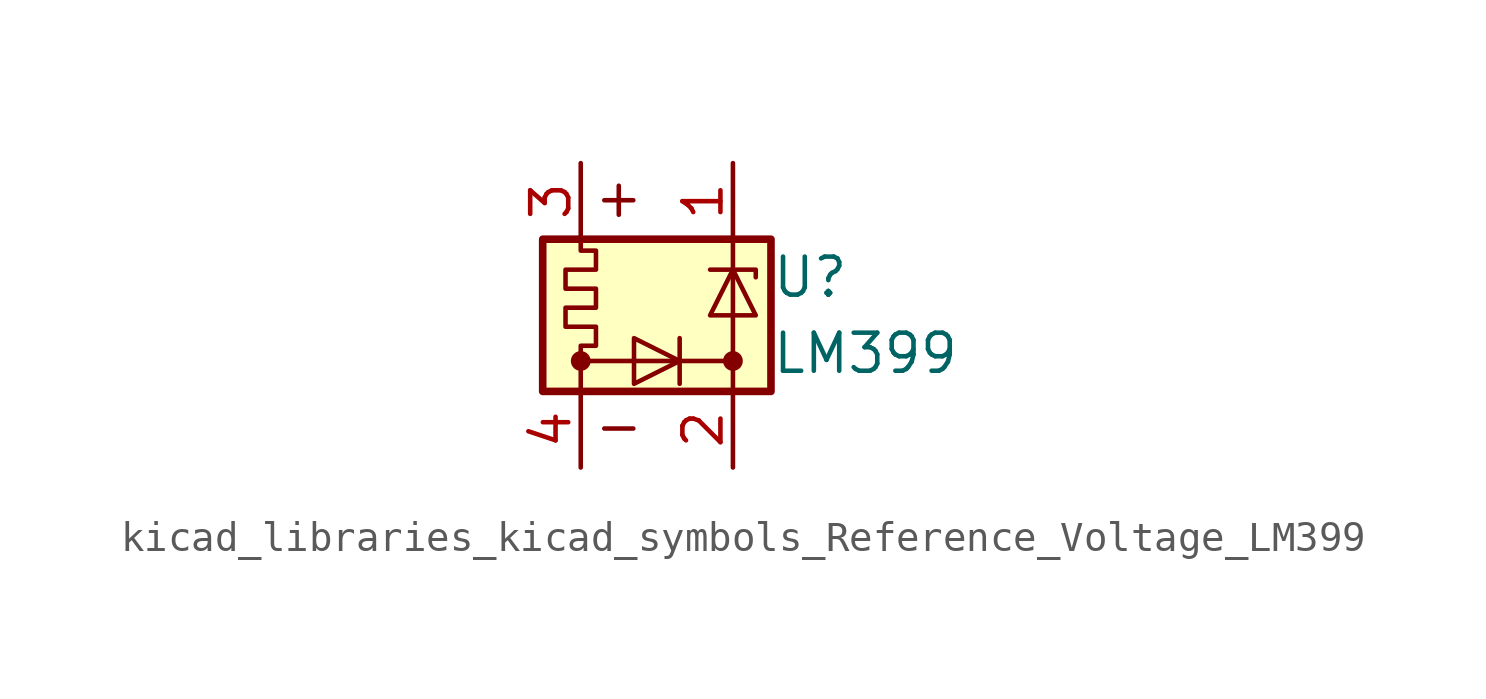
<source format=kicad_sym>
(kicad_symbol_lib
  (version 20220914)
  (generator kicad_symbol_editor)
  (symbol "kicad_libraries_kicad_symbols_Reference_Voltage_LM399"
    (pin_names
      (offset 1.016) hide)
    (property "Reference" "U"
      (at 3.81 1.27 0)
      (effects (font (size 1.27 1.27)) (justify left)))
    (property "Value" "LM399"
      (at 3.81 -1.27 0)
      (effects (font (size 1.27 1.27)) (justify left)))
    (symbol "kicad_libraries_kicad_symbols_Reference_Voltage_LM399_0_0"
      (text "+" (at -1.27 3.937 0) (effects (font (size 1.27 1.27)))))
    (symbol "kicad_libraries_kicad_symbols_Reference_Voltage_LM399_0_1"
      (rectangle (start -3.81 2.54) (end 3.81 -2.54) (stroke (width 0.254) (type default)) (fill (type background)))
      (circle (center -2.54 -1.524) (radius 0.254) (stroke (width 0) (type default)) (fill (type outline)))
      (polyline (pts (xy -2.54 -2.54) (xy -2.54 -1.016) (xy -2.032 -1.016) (xy -2.032 -0.381) (xy -3.048 -0.381) (xy -3.048 0.254) (xy -2.032 0.254) (xy -2.032 0.889) (xy -3.048 0.889) (xy -3.048 1.524) (xy -2.032 1.524) (xy -2.032 2.159) (xy -2.54 2.159) (xy -2.54 2.54)) (stroke (width 0) (type default)) (fill (type none)))
      (circle (center 2.54 -1.524) (radius 0.254) (stroke (width 0) (type default)) (fill (type outline))))
    (symbol "kicad_libraries_kicad_symbols_Reference_Voltage_LM399_1_1"
      (polyline (pts (xy 2.54 -1.524) (xy -2.54 -1.524)) (stroke (width 0) (type default)) (fill (type none)))
      (polyline (pts (xy 2.54 2.54) (xy 2.54 -2.54)) (stroke (width 0) (type default)) (fill (type none)))
      (polyline (pts (xy 0.762 -0.762) (xy 0.762 -1.524) (xy 0.762 -2.286)) (stroke (width 0) (type default)) (fill (type none)))
      (polyline (pts (xy 1.778 1.524) (xy 3.302 1.524) (xy 3.302 1.27)) (stroke (width 0) (type default)) (fill (type none)))
      (polyline (pts (xy -0.762 -0.762) (xy -0.762 -2.286) (xy 0.762 -1.524) (xy -0.762 -0.762)) (stroke (width 0) (type default)) (fill (type none)))
      (polyline (pts (xy 1.778 0) (xy 3.302 0) (xy 2.54 1.524) (xy 1.778 0)) (stroke (width 0) (type default)) (fill (type none)))
      (text "-" (at -1.27 -3.683 0) (effects (font (size 1.27 1.27))))
      (pin passive line (at 2.54 5.08 270) (length 2.54) (name "~" (effects (font (size 1.27 1.27)))) (number "1" (effects (font (size 1.27 1.27)))))
      (pin passive line (at 2.54 -5.08 90) (length 2.54) (name "~" (effects (font (size 1.27 1.27)))) (number "2" (effects (font (size 1.27 1.27)))))
      (pin power_in line (at -2.54 5.08 270) (length 2.54) (name "~" (effects (font (size 1.27 1.27)))) (number "3" (effects (font (size 1.27 1.27)))))
      (pin power_in line (at -2.54 -5.08 90) (length 2.54) (name "~" (effects (font (size 1.27 1.27)))) (number "4" (effects (font (size 1.27 1.27))))))))
</source>
